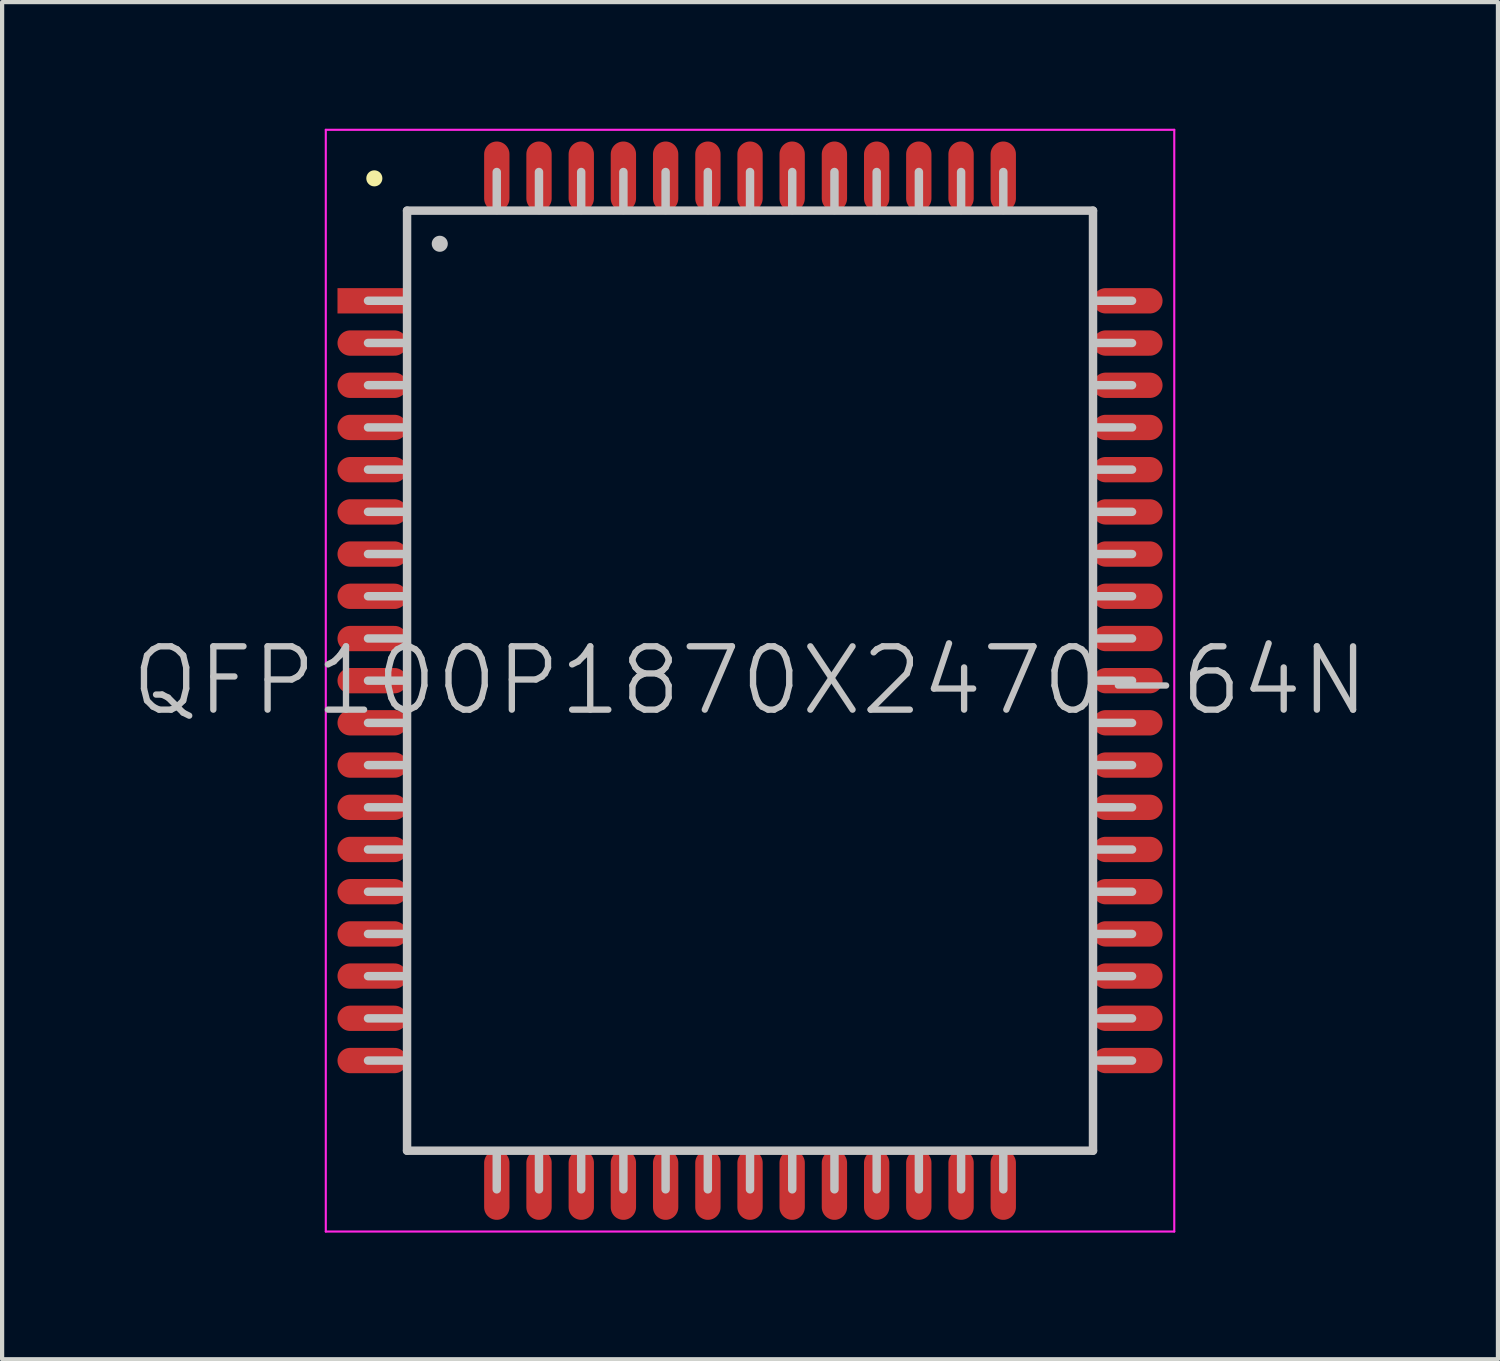
<source format=kicad_pcb>
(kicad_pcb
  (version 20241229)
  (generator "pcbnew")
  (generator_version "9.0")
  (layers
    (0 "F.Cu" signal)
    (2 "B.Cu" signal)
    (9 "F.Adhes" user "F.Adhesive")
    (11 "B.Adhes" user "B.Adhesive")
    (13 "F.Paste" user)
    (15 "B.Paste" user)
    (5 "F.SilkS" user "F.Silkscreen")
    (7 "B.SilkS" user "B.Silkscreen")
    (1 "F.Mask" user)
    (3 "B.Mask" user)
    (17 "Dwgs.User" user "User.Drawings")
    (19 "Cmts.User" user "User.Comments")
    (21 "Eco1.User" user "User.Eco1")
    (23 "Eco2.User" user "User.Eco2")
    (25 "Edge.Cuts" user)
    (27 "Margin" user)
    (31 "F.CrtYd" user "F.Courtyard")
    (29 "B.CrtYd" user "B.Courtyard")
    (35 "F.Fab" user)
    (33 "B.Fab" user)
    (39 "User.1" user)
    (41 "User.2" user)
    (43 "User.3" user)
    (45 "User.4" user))
  (footprint "QFP100P1870X2470-64N"
    (layer "F.Cu")
    (at 14.718 13.075)
    (property "Reference" "QFP100P1870X2470-64N" (at 0 0 0) (layer "Dwgs.User") (effects (font (size 1.5 1.5) (thickness 0.15))))
    (attr smd)
    (fp_line (start -8.9 -11.9) (end -8.9 -11.9) (stroke (width 0.381) (type solid)) (layer "F.SilkS"))
    (fp_line (start -8.15 -9) (end -9.05 -9) (stroke (width 0.2) (type solid)) (layer "Dwgs.User"))
    (fp_line (start -8.15 -8) (end -9.05 -8) (stroke (width 0.2) (type solid)) (layer "Dwgs.User"))
    (fp_line (start -8.15 -7) (end -9.05 -7) (stroke (width 0.2) (type solid)) (layer "Dwgs.User"))
    (fp_line (start -8.15 -6) (end -9.05 -6) (stroke (width 0.2) (type solid)) (layer "Dwgs.User"))
    (fp_line (start -8.15 -5) (end -9.05 -5) (stroke (width 0.2) (type solid)) (layer "Dwgs.User"))
    (fp_line (start -8.15 -4) (end -9.05 -4) (stroke (width 0.2) (type solid)) (layer "Dwgs.User"))
    (fp_line (start -8.15 -3) (end -9.05 -3) (stroke (width 0.2) (type solid)) (layer "Dwgs.User"))
    (fp_line (start -8.15 -2) (end -9.05 -2) (stroke (width 0.2) (type solid)) (layer "Dwgs.User"))
    (fp_line (start -8.15 -1) (end -9.05 -1) (stroke (width 0.2) (type solid)) (layer "Dwgs.User"))
    (fp_line (start -8.15 0) (end -9.05 0) (stroke (width 0.2) (type solid)) (layer "Dwgs.User"))
    (fp_line (start -8.15 1) (end -9.05 1) (stroke (width 0.2) (type solid)) (layer "Dwgs.User"))
    (fp_line (start -8.15 2) (end -9.05 2) (stroke (width 0.2) (type solid)) (layer "Dwgs.User"))
    (fp_line (start -8.15 3) (end -9.05 3) (stroke (width 0.2) (type solid)) (layer "Dwgs.User"))
    (fp_line (start -8.15 4) (end -9.05 4) (stroke (width 0.2) (type solid)) (layer "Dwgs.User"))
    (fp_line (start -8.15 5) (end -9.05 5) (stroke (width 0.2) (type solid)) (layer "Dwgs.User"))
    (fp_line (start -8.15 6) (end -9.05 6) (stroke (width 0.2) (type solid)) (layer "Dwgs.User"))
    (fp_line (start -8.15 7) (end -9.05 7) (stroke (width 0.2) (type solid)) (layer "Dwgs.User"))
    (fp_line (start -8.15 8) (end -9.05 8) (stroke (width 0.2) (type solid)) (layer "Dwgs.User"))
    (fp_line (start -8.15 9) (end -9.05 9) (stroke (width 0.2) (type solid)) (layer "Dwgs.User"))
    (fp_line (start -8.125 -11.135) (end -8.125 11.135) (stroke (width 0.2) (type solid)) (layer "Dwgs.User"))
    (fp_line (start -8.125 -11.135) (end 8.125 -11.135) (stroke (width 0.2) (type solid)) (layer "Dwgs.User"))
    (fp_line (start -8.125 11.135) (end 8.125 11.135) (stroke (width 0.2) (type solid)) (layer "Dwgs.User"))
    (fp_line (start -7.35 -10.35) (end -7.35 -10.35) (stroke (width 0.381) (type solid)) (layer "Dwgs.User"))
    (fp_line (start -6 -11.15) (end -6 -12.05) (stroke (width 0.2) (type solid)) (layer "Dwgs.User"))
    (fp_line (start -6 12.05) (end -6 11.15) (stroke (width 0.2) (type solid)) (layer "Dwgs.User"))
    (fp_line (start -5 -11.15) (end -5 -12.05) (stroke (width 0.2) (type solid)) (layer "Dwgs.User"))
    (fp_line (start -5 12.05) (end -5 11.15) (stroke (width 0.2) (type solid)) (layer "Dwgs.User"))
    (fp_line (start -4 -11.15) (end -4 -12.05) (stroke (width 0.2) (type solid)) (layer "Dwgs.User"))
    (fp_line (start -4 12.05) (end -4 11.15) (stroke (width 0.2) (type solid)) (layer "Dwgs.User"))
    (fp_line (start -3 -11.15) (end -3 -12.05) (stroke (width 0.2) (type solid)) (layer "Dwgs.User"))
    (fp_line (start -3 12.05) (end -3 11.15) (stroke (width 0.2) (type solid)) (layer "Dwgs.User"))
    (fp_line (start -2 -11.15) (end -2 -12.05) (stroke (width 0.2) (type solid)) (layer "Dwgs.User"))
    (fp_line (start -2 12.05) (end -2 11.15) (stroke (width 0.2) (type solid)) (layer "Dwgs.User"))
    (fp_line (start -1 -11.15) (end -1 -12.05) (stroke (width 0.2) (type solid)) (layer "Dwgs.User"))
    (fp_line (start -1 12.05) (end -1 11.15) (stroke (width 0.2) (type solid)) (layer "Dwgs.User"))
    (fp_line (start 0 -11.15) (end 0 -12.05) (stroke (width 0.2) (type solid)) (layer "Dwgs.User"))
    (fp_line (start 0 12.05) (end 0 11.15) (stroke (width 0.2) (type solid)) (layer "Dwgs.User"))
    (fp_line (start 1 -11.15) (end 1 -12.05) (stroke (width 0.2) (type solid)) (layer "Dwgs.User"))
    (fp_line (start 1 12.05) (end 1 11.15) (stroke (width 0.2) (type solid)) (layer "Dwgs.User"))
    (fp_line (start 2 -11.15) (end 2 -12.05) (stroke (width 0.2) (type solid)) (layer "Dwgs.User"))
    (fp_line (start 2 12.05) (end 2 11.15) (stroke (width 0.2) (type solid)) (layer "Dwgs.User"))
    (fp_line (start 3 -11.15) (end 3 -12.05) (stroke (width 0.2) (type solid)) (layer "Dwgs.User"))
    (fp_line (start 3 12.05) (end 3 11.15) (stroke (width 0.2) (type solid)) (layer "Dwgs.User"))
    (fp_line (start 4 -11.15) (end 4 -12.05) (stroke (width 0.2) (type solid)) (layer "Dwgs.User"))
    (fp_line (start 4 12.05) (end 4 11.15) (stroke (width 0.2) (type solid)) (layer "Dwgs.User"))
    (fp_line (start 5 -11.15) (end 5 -12.05) (stroke (width 0.2) (type solid)) (layer "Dwgs.User"))
    (fp_line (start 5 12.05) (end 5 11.15) (stroke (width 0.2) (type solid)) (layer "Dwgs.User"))
    (fp_line (start 6 -11.15) (end 6 -12.05) (stroke (width 0.2) (type solid)) (layer "Dwgs.User"))
    (fp_line (start 6 12.05) (end 6 11.15) (stroke (width 0.2) (type solid)) (layer "Dwgs.User"))
    (fp_line (start 8.125 -11.135) (end 8.125 11.135) (stroke (width 0.2) (type solid)) (layer "Dwgs.User"))
    (fp_line (start 9.05 -9) (end 8.15 -9) (stroke (width 0.2) (type solid)) (layer "Dwgs.User"))
    (fp_line (start 9.05 -8) (end 8.15 -8) (stroke (width 0.2) (type solid)) (layer "Dwgs.User"))
    (fp_line (start 9.05 -7) (end 8.15 -7) (stroke (width 0.2) (type solid)) (layer "Dwgs.User"))
    (fp_line (start 9.05 -6) (end 8.15 -6) (stroke (width 0.2) (type solid)) (layer "Dwgs.User"))
    (fp_line (start 9.05 -5) (end 8.15 -5) (stroke (width 0.2) (type solid)) (layer "Dwgs.User"))
    (fp_line (start 9.05 -4) (end 8.15 -4) (stroke (width 0.2) (type solid)) (layer "Dwgs.User"))
    (fp_line (start 9.05 -3) (end 8.15 -3) (stroke (width 0.2) (type solid)) (layer "Dwgs.User"))
    (fp_line (start 9.05 -2) (end 8.15 -2) (stroke (width 0.2) (type solid)) (layer "Dwgs.User"))
    (fp_line (start 9.05 -1) (end 8.15 -1) (stroke (width 0.2) (type solid)) (layer "Dwgs.User"))
    (fp_line (start 9.05 0) (end 8.15 0) (stroke (width 0.2) (type solid)) (layer "Dwgs.User"))
    (fp_line (start 9.05 1) (end 8.15 1) (stroke (width 0.2) (type solid)) (layer "Dwgs.User"))
    (fp_line (start 9.05 2) (end 8.15 2) (stroke (width 0.2) (type solid)) (layer "Dwgs.User"))
    (fp_line (start 9.05 3) (end 8.15 3) (stroke (width 0.2) (type solid)) (layer "Dwgs.User"))
    (fp_line (start 9.05 4) (end 8.15 4) (stroke (width 0.2) (type solid)) (layer "Dwgs.User"))
    (fp_line (start 9.05 5) (end 8.15 5) (stroke (width 0.2) (type solid)) (layer "Dwgs.User"))
    (fp_line (start 9.05 6) (end 8.15 6) (stroke (width 0.2) (type solid)) (layer "Dwgs.User"))
    (fp_line (start 9.05 7) (end 8.15 7) (stroke (width 0.2) (type solid)) (layer "Dwgs.User"))
    (fp_line (start 9.05 8) (end 8.15 8) (stroke (width 0.2) (type solid)) (layer "Dwgs.User"))
    (fp_line (start 9.05 9) (end 8.15 9) (stroke (width 0.2) (type solid)) (layer "Dwgs.User"))
    (fp_line (start -10.05 -13.05) (end -10.05 13.05) (stroke (width 0.05) (type solid)) (layer "F.CrtYd"))
    (fp_line (start -10.05 -13.05) (end 10.05 -13.05) (stroke (width 0.05) (type solid)) (layer "F.CrtYd"))
    (fp_line (start -10.05 13.05) (end 10.05 13.05) (stroke (width 0.05) (type solid)) (layer "F.CrtYd"))
    (fp_line (start 10.05 -13.05) (end 10.05 13.05) (stroke (width 0.05) (type solid)) (layer "F.CrtYd"))
    (pad "1" smd rect (at -8.948 -8.999 90) (size 0.6 1.65) (layers "F.Cu" "F.Mask" "F.Paste"))
    (pad "2" smd oval (at -8.948 -7.998 90) (size 0.6 1.65) (layers "F.Cu" "F.Mask" "F.Paste"))
    (pad "3" smd oval (at -8.948 -6.998 90) (size 0.6 1.65) (layers "F.Cu" "F.Mask" "F.Paste"))
    (pad "4" smd oval (at -8.948 -5.999 90) (size 0.6 1.65) (layers "F.Cu" "F.Mask" "F.Paste"))
    (pad "5" smd oval (at -8.948 -4.999 90) (size 0.6 1.65) (layers "F.Cu" "F.Mask" "F.Paste"))
    (pad "6" smd oval (at -8.948 -3.998 90) (size 0.6 1.65) (layers "F.Cu" "F.Mask" "F.Paste"))
    (pad "7" smd oval (at -8.948 -3 90) (size 0.6 1.65) (layers "F.Cu" "F.Mask" "F.Paste"))
    (pad "8" smd oval (at -8.948 -1.999 90) (size 0.6 1.65) (layers "F.Cu" "F.Mask" "F.Paste"))
    (pad "9" smd oval (at -8.948 -0.998 90) (size 0.6 1.65) (layers "F.Cu" "F.Mask" "F.Paste"))
    (pad "10" smd oval (at -8.948 0 90) (size 0.6 1.65) (layers "F.Cu" "F.Mask" "F.Paste"))
    (pad "11" smd oval (at -8.948 0.998 90) (size 0.6 1.65) (layers "F.Cu" "F.Mask" "F.Paste"))
    (pad "12" smd oval (at -8.948 1.999 90) (size 0.6 1.65) (layers "F.Cu" "F.Mask" "F.Paste"))
    (pad "13" smd oval (at -8.948 3 90) (size 0.6 1.65) (layers "F.Cu" "F.Mask" "F.Paste"))
    (pad "14" smd oval (at -8.948 3.998 90) (size 0.6 1.65) (layers "F.Cu" "F.Mask" "F.Paste"))
    (pad "15" smd oval (at -8.948 4.999 90) (size 0.6 1.65) (layers "F.Cu" "F.Mask" "F.Paste"))
    (pad "16" smd oval (at -8.948 5.999 90) (size 0.6 1.65) (layers "F.Cu" "F.Mask" "F.Paste"))
    (pad "17" smd oval (at -8.948 6.998 90) (size 0.6 1.65) (layers "F.Cu" "F.Mask" "F.Paste"))
    (pad "18" smd oval (at -8.948 7.998 90) (size 0.6 1.65) (layers "F.Cu" "F.Mask" "F.Paste"))
    (pad "19" smd oval (at -8.948 8.999 90) (size 0.6 1.65) (layers "F.Cu" "F.Mask" "F.Paste"))
    (pad "20" smd oval (at -5.999 11.948 180) (size 0.6 1.65) (layers "F.Cu" "F.Mask" "F.Paste"))
    (pad "21" smd oval (at -4.999 11.948 180) (size 0.6 1.65) (layers "F.Cu" "F.Mask" "F.Paste"))
    (pad "22" smd oval (at -3.998 11.948 180) (size 0.6 1.65) (layers "F.Cu" "F.Mask" "F.Paste"))
    (pad "23" smd oval (at -3 11.948 180) (size 0.6 1.65) (layers "F.Cu" "F.Mask" "F.Paste"))
    (pad "24" smd oval (at -1.999 11.948 180) (size 0.6 1.65) (layers "F.Cu" "F.Mask" "F.Paste"))
    (pad "25" smd oval (at -0.998 11.948 180) (size 0.6 1.65) (layers "F.Cu" "F.Mask" "F.Paste"))
    (pad "26" smd oval (at 0 11.948 180) (size 0.6 1.65) (layers "F.Cu" "F.Mask" "F.Paste"))
    (pad "27" smd oval (at 0.998 11.948 180) (size 0.6 1.65) (layers "F.Cu" "F.Mask" "F.Paste"))
    (pad "28" smd oval (at 1.999 11.948 180) (size 0.6 1.65) (layers "F.Cu" "F.Mask" "F.Paste"))
    (pad "29" smd oval (at 3 11.948 180) (size 0.6 1.65) (layers "F.Cu" "F.Mask" "F.Paste"))
    (pad "30" smd oval (at 3.998 11.948 180) (size 0.6 1.65) (layers "F.Cu" "F.Mask" "F.Paste"))
    (pad "31" smd oval (at 4.999 11.948 180) (size 0.6 1.65) (layers "F.Cu" "F.Mask" "F.Paste"))
    (pad "32" smd oval (at 5.999 11.948 180) (size 0.6 1.65) (layers "F.Cu" "F.Mask" "F.Paste"))
    (pad "33" smd oval (at 8.948 8.999 270) (size 0.6 1.65) (layers "F.Cu" "F.Mask" "F.Paste"))
    (pad "34" smd oval (at 8.948 7.998 270) (size 0.6 1.65) (layers "F.Cu" "F.Mask" "F.Paste"))
    (pad "35" smd oval (at 8.948 6.998 270) (size 0.6 1.65) (layers "F.Cu" "F.Mask" "F.Paste"))
    (pad "36" smd oval (at 8.948 5.999 270) (size 0.6 1.65) (layers "F.Cu" "F.Mask" "F.Paste"))
    (pad "37" smd oval (at 8.948 4.999 270) (size 0.6 1.65) (layers "F.Cu" "F.Mask" "F.Paste"))
    (pad "38" smd oval (at 8.948 3.998 270) (size 0.6 1.65) (layers "F.Cu" "F.Mask" "F.Paste"))
    (pad "39" smd oval (at 8.948 3 270) (size 0.6 1.65) (layers "F.Cu" "F.Mask" "F.Paste"))
    (pad "40" smd oval (at 8.948 1.999 270) (size 0.6 1.65) (layers "F.Cu" "F.Mask" "F.Paste"))
    (pad "41" smd oval (at 8.948 0.998 270) (size 0.6 1.65) (layers "F.Cu" "F.Mask" "F.Paste"))
    (pad "42" smd oval (at 8.948 0 270) (size 0.6 1.65) (layers "F.Cu" "F.Mask" "F.Paste"))
    (pad "43" smd oval (at 8.948 -0.998 270) (size 0.6 1.65) (layers "F.Cu" "F.Mask" "F.Paste"))
    (pad "44" smd oval (at 8.948 -1.999 270) (size 0.6 1.65) (layers "F.Cu" "F.Mask" "F.Paste"))
    (pad "45" smd oval (at 8.948 -3 270) (size 0.6 1.65) (layers "F.Cu" "F.Mask" "F.Paste"))
    (pad "46" smd oval (at 8.948 -3.998 270) (size 0.6 1.65) (layers "F.Cu" "F.Mask" "F.Paste"))
    (pad "47" smd oval (at 8.948 -4.999 270) (size 0.6 1.65) (layers "F.Cu" "F.Mask" "F.Paste"))
    (pad "48" smd oval (at 8.948 -5.999 270) (size 0.6 1.65) (layers "F.Cu" "F.Mask" "F.Paste"))
    (pad "49" smd oval (at 8.948 -6.998 270) (size 0.6 1.65) (layers "F.Cu" "F.Mask" "F.Paste"))
    (pad "50" smd oval (at 8.948 -7.998 270) (size 0.6 1.65) (layers "F.Cu" "F.Mask" "F.Paste"))
    (pad "51" smd oval (at 8.948 -8.999 270) (size 0.6 1.65) (layers "F.Cu" "F.Mask" "F.Paste"))
    (pad "52" smd oval (at 5.999 -11.948) (size 0.6 1.65) (layers "F.Cu" "F.Mask" "F.Paste"))
    (pad "53" smd oval (at 4.999 -11.948) (size 0.6 1.65) (layers "F.Cu" "F.Mask" "F.Paste"))
    (pad "54" smd oval (at 3.998 -11.948) (size 0.6 1.65) (layers "F.Cu" "F.Mask" "F.Paste"))
    (pad "55" smd oval (at 3 -11.948) (size 0.6 1.65) (layers "F.Cu" "F.Mask" "F.Paste"))
    (pad "56" smd oval (at 1.999 -11.948) (size 0.6 1.65) (layers "F.Cu" "F.Mask" "F.Paste"))
    (pad "57" smd oval (at 0.998 -11.948) (size 0.6 1.65) (layers "F.Cu" "F.Mask" "F.Paste"))
    (pad "58" smd oval (at 0 -11.948) (size 0.6 1.65) (layers "F.Cu" "F.Mask" "F.Paste"))
    (pad "59" smd oval (at -0.998 -11.948) (size 0.6 1.65) (layers "F.Cu" "F.Mask" "F.Paste"))
    (pad "60" smd oval (at -1.999 -11.948) (size 0.6 1.65) (layers "F.Cu" "F.Mask" "F.Paste"))
    (pad "61" smd oval (at -3 -11.948) (size 0.6 1.65) (layers "F.Cu" "F.Mask" "F.Paste"))
    (pad "62" smd oval (at -3.998 -11.948) (size 0.6 1.65) (layers "F.Cu" "F.Mask" "F.Paste"))
    (pad "63" smd oval (at -4.999 -11.948) (size 0.6 1.65) (layers "F.Cu" "F.Mask" "F.Paste"))
    (pad "64" smd oval (at -5.999 -11.948) (size 0.6 1.65) (layers "F.Cu" "F.Mask" "F.Paste")))
  (gr_rect
    (start -3 -3)
    (end 32.436 29.15)
    (stroke (width 0.1) (type default))
    (fill no)
    (layer "Edge.Cuts")))
</source>
